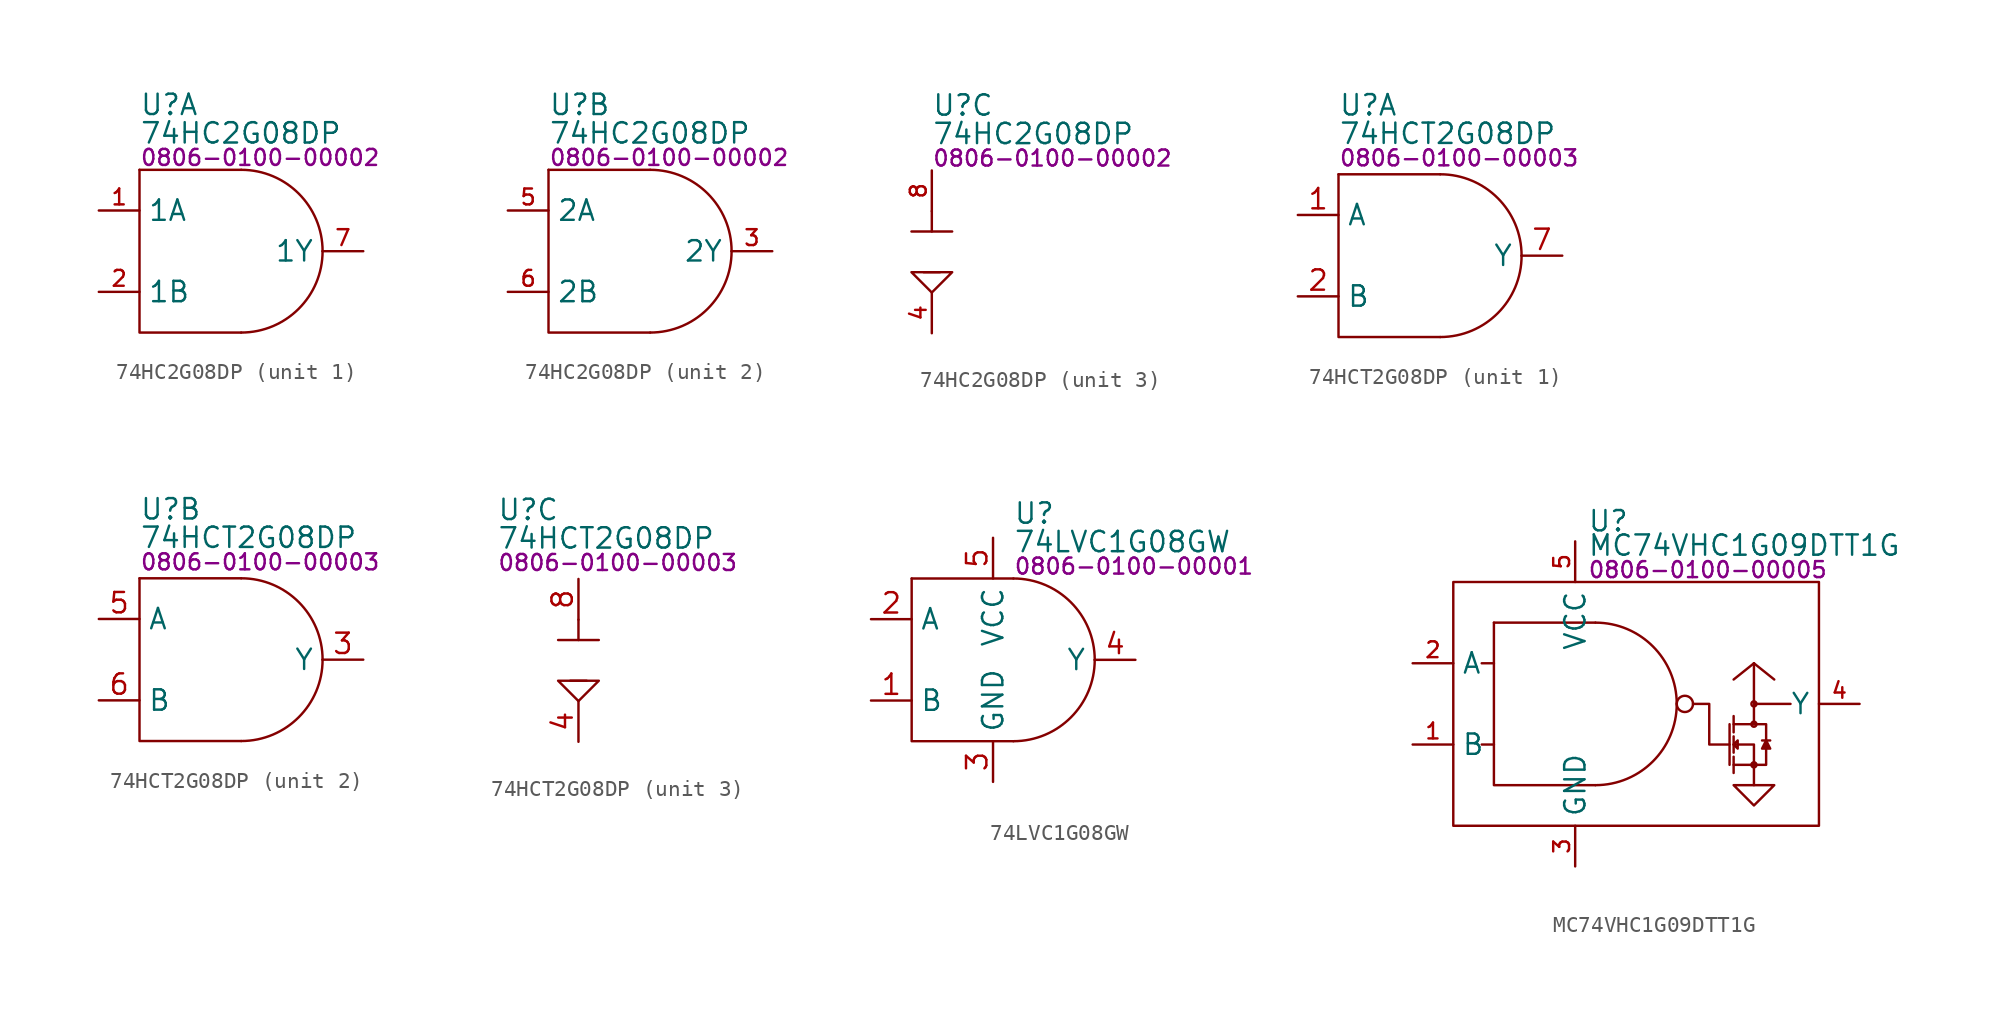
<source format=kicad_sym>
(kicad_symbol_lib
  (version 20231120)
  (generator "kicad_symbol_editor")
  (generator_version "8.0")
  (symbol "74HC2G08DP"
    (property "Reference" "U"
      (at 0 9.144 0)
      (effects (font (size 1.27 1.27)) (justify left)))
    (property "Value" "74HC2G08DP"
      (at 0 7.366 0)
      (effects (font (size 1.27 1.27)) (justify left)))
    (property "PartNumber" "0806-0100-00002"
      (at 0 5.842 0)
      (effects (font (size 1 1)) (justify left)))
    (property "ki_locked" ""
      (at 0 0 0)
      (effects (font (size 1.27 1.27))))
    (symbol "74HC2G08DP_1_0"
      (pin input line (at -2.54 2.54 0) (length 2.54) (name "1A" (effects (font (size 1.27 1.27)))) (number "1" (effects (font (size 0.991 0.991)))))
      (pin input line (at -2.54 -2.54 0) (length 2.54) (name "1B" (effects (font (size 1.27 1.27)))) (number "2" (effects (font (size 0.991 0.991)))))
      (pin output line (at 13.97 0 180) (length 2.54) (name "1Y" (effects (font (size 1.27 1.27)))) (number "7" (effects (font (size 0.991 0.991))))))
    (symbol "74HC2G08DP_1_1"
      (polyline (pts (xy 0 5.08) (xy 6.35 5.08)) (stroke (width 0) (type default)) (fill (type none)))
      (polyline (pts (xy 0 5.08) (xy 0 -5.08) (xy 6.35 -5.08)) (stroke (width 0) (type default)) (fill (type none)))
      (arc (start 6.35 -5.08) (mid 9.9421 -3.5921) (end 11.43 0) (stroke (width 0) (type default)) (fill (type none)))
      (arc (start 11.43 0) (mid 9.9421 3.5921) (end 6.35 5.08) (stroke (width 0) (type default)) (fill (type none))))
    (symbol "74HC2G08DP_2_0"
      (pin output line (at 13.97 0 180) (length 2.54) (name "2Y" (effects (font (size 1.27 1.27)))) (number "3" (effects (font (size 0.991 0.991)))))
      (pin input line (at -2.54 2.54 0) (length 2.54) (name "2A" (effects (font (size 1.27 1.27)))) (number "5" (effects (font (size 0.991 0.991)))))
      (pin input line (at -2.54 -2.54 0) (length 2.54) (name "2B" (effects (font (size 1.27 1.27)))) (number "6" (effects (font (size 0.991 0.991))))))
    (symbol "74HC2G08DP_2_1"
      (polyline (pts (xy 0 5.08) (xy 6.35 5.08)) (stroke (width 0) (type default)) (fill (type none)))
      (polyline (pts (xy 0 5.08) (xy 0 -5.08) (xy 6.35 -5.08)) (stroke (width 0) (type default)) (fill (type none)))
      (arc (start 6.35 -5.08) (mid 9.9421 -3.5921) (end 11.43 0) (stroke (width 0) (type default)) (fill (type none)))
      (arc (start 11.43 0) (mid 9.9421 3.5921) (end 6.35 5.08) (stroke (width 0) (type default)) (fill (type none))))
    (symbol "74HC2G08DP_3_0"
      (pin power_in line (at 0 -5.08 90) (length 2.54) (name "GND" (effects (font (size 0 0)))) (number "4" (effects (font (size 0.991 0.991)))))
      (pin power_in line (at 0 5.08 270) (length 2.54) (name "VCC" (effects (font (size 0 0)))) (number "8" (effects (font (size 0.991 0.991))))))
    (symbol "74HC2G08DP_3_1"
      (polyline (pts (xy -1.27 1.27) (xy 1.27 1.27)) (stroke (width 0) (type default)) (fill (type none)))
      (polyline (pts (xy -0.508 -1.27) (xy 0.508 -1.27)) (stroke (width 0) (type default)) (fill (type none)))
      (polyline (pts (xy 0 2.54) (xy 0 1.27)) (stroke (width 0) (type default)) (fill (type none)))
      (polyline (pts (xy 0 -2.54) (xy -1.27 -1.27) (xy 1.27 -1.27) (xy 0 -2.54)) (stroke (width 0) (type default)) (fill (type none)))))
  (symbol "74HCT2G08DP"
    (property "Reference" "U"
      (at -5.08 9.398 0)
      (effects (font (size 1.27 1.27)) (justify left)))
    (property "Value" "74HCT2G08DP"
      (at -5.08 7.62 0)
      (effects (font (size 1.27 1.27)) (justify left)))
    (property "PartNumber" "0806-0100-00003"
      (at -5.08 6.096 0)
      (effects (font (size 1 1)) (justify left)))
    (property "ki_locked" ""
      (at 0 0 0)
      (effects (font (size 1.27 1.27))))
    (symbol "74HCT2G08DP_1_0"
      (pin input line (at -7.62 2.54 0) (length 2.54) (name "A" (effects (font (size 1.27 1.27)))) (number "1" (effects (font (size 1.27 1.27)))))
      (pin input line (at -7.62 -2.54 0) (length 2.54) (name "B" (effects (font (size 1.27 1.27)))) (number "2" (effects (font (size 1.27 1.27)))))
      (pin output line (at 8.89 0 180) (length 2.54) (name "Y" (effects (font (size 1.27 1.27)))) (number "7" (effects (font (size 1.27 1.27))))))
    (symbol "74HCT2G08DP_1_1"
      (polyline (pts (xy -5.08 5.08) (xy 1.27 5.08)) (stroke (width 0) (type default)) (fill (type none)))
      (polyline (pts (xy -5.08 5.08) (xy -5.08 -5.08) (xy 1.27 -5.08)) (stroke (width 0) (type default)) (fill (type none)))
      (arc (start 1.27 -5.08) (mid 4.8621 -3.5921) (end 6.35 0) (stroke (width 0) (type default)) (fill (type none)))
      (arc (start 6.35 0) (mid 4.8621 3.5921) (end 1.27 5.08) (stroke (width 0) (type default)) (fill (type none))))
    (symbol "74HCT2G08DP_2_0"
      (pin output line (at 8.89 0 180) (length 2.54) (name "Y" (effects (font (size 1.27 1.27)))) (number "3" (effects (font (size 1.27 1.27)))))
      (pin input line (at -7.62 2.54 0) (length 2.54) (name "A" (effects (font (size 1.27 1.27)))) (number "5" (effects (font (size 1.27 1.27)))))
      (pin input line (at -7.62 -2.54 0) (length 2.54) (name "B" (effects (font (size 1.27 1.27)))) (number "6" (effects (font (size 1.27 1.27))))))
    (symbol "74HCT2G08DP_2_1"
      (polyline (pts (xy -5.08 5.08) (xy 1.27 5.08)) (stroke (width 0) (type default)) (fill (type none)))
      (polyline (pts (xy -5.08 5.08) (xy -5.08 -5.08) (xy 1.27 -5.08)) (stroke (width 0) (type default)) (fill (type none)))
      (arc (start 1.27 -5.08) (mid 4.8621 -3.5921) (end 6.35 0) (stroke (width 0) (type default)) (fill (type none)))
      (arc (start 6.35 0) (mid 4.8621 3.5921) (end 1.27 5.08) (stroke (width 0) (type default)) (fill (type none))))
    (symbol "74HCT2G08DP_3_0"
      (pin power_in line (at 0 -5.08 90) (length 2.54) (name "~" (effects (font (size 1.27 1.27)))) (number "4" (effects (font (size 1.27 1.27)))))
      (pin power_in line (at 0 5.08 270) (length 2.54) (name "~" (effects (font (size 1.27 1.27)))) (number "8" (effects (font (size 1.27 1.27))))))
    (symbol "74HCT2G08DP_3_1"
      (polyline (pts (xy -1.27 1.27) (xy 1.27 1.27)) (stroke (width 0) (type default)) (fill (type none)))
      (polyline (pts (xy -0.508 -1.27) (xy 0.508 -1.27)) (stroke (width 0) (type default)) (fill (type none)))
      (polyline (pts (xy 0 2.54) (xy 0 1.27)) (stroke (width 0) (type default)) (fill (type none)))
      (polyline (pts (xy 0 -2.54) (xy -1.27 -1.27) (xy 1.27 -1.27) (xy 0 -2.54)) (stroke (width 0) (type default)) (fill (type none)))))
  (symbol "74LVC1G08GW"
    (property "Reference" "U"
      (at 1.27 9.144 0)
      (effects (font (size 1.27 1.27)) (justify left)))
    (property "Value" "74LVC1G08GW"
      (at 1.27 7.366 0)
      (effects (font (size 1.27 1.27)) (justify left)))
    (property "PartNumber" "0806-0100-00001"
      (at 1.27 5.842 0)
      (effects (font (size 1 1)) (justify left)))
    (symbol "74LVC1G08GW_0_0"
      (pin input line (at -7.62 -2.54 0) (length 2.54) (name "B" (effects (font (size 1.27 1.27)))) (number "1" (effects (font (size 1.27 1.27)))))
      (pin input line (at -7.62 2.54 0) (length 2.54) (name "A" (effects (font (size 1.27 1.27)))) (number "2" (effects (font (size 1.27 1.27)))))
      (pin power_in line (at 0 -7.62 90) (length 2.54) (name "GND" (effects (font (size 1.27 1.27)))) (number "3" (effects (font (size 1.27 1.27)))))
      (pin output line (at 8.89 0 180) (length 2.54) (name "Y" (effects (font (size 1.27 1.27)))) (number "4" (effects (font (size 1.27 1.27)))))
      (pin power_in line (at 0 7.62 270) (length 2.54) (name "VCC" (effects (font (size 1.27 1.27)))) (number "5" (effects (font (size 1.27 1.27))))))
    (symbol "74LVC1G08GW_1_1"
      (polyline (pts (xy -5.08 5.08) (xy 1.27 5.08)) (stroke (width 0) (type default)) (fill (type none)))
      (polyline (pts (xy -5.08 5.08) (xy -5.08 -5.08) (xy 1.27 -5.08)) (stroke (width 0) (type default)) (fill (type none)))
      (arc (start 1.27 -5.08) (mid 4.8621 -3.5921) (end 6.35 0) (stroke (width 0) (type default)) (fill (type none)))
      (arc (start 6.35 0) (mid 4.8621 3.5921) (end 1.27 5.08) (stroke (width 0) (type default)) (fill (type none)))))
  (symbol "MC74VHC1G09DTT1G"
    (property "Reference" "U"
      (at 5.842 11.43 0)
      (effects (font (size 1.27 1.27)) (justify left)))
    (property "Value" "MC74VHC1G09DTT1G"
      (at 5.842 9.906 0)
      (effects (font (size 1.27 1.27)) (justify left)))
    (property "PartNumber" "0806-0100-00005"
      (at 5.842 8.382 0)
      (effects (font (size 1 1)) (justify left)))
    (symbol "MC74VHC1G09DTT1G_0_0"
      (pin input line (at -5.08 -2.54 0) (length 2.54) (name "B" (effects (font (size 1.27 1.27)))) (number "1" (effects (font (size 0.991 0.991)))))
      (pin input line (at -5.08 2.54 0) (length 2.54) (name "A" (effects (font (size 1.27 1.27)))) (number "2" (effects (font (size 0.991 0.991)))))
      (pin power_in line (at 5.08 -10.16 90) (length 2.54) (name "GND" (effects (font (size 1.27 1.27)))) (number "3" (effects (font (size 0.991 0.991)))))
      (pin output line (at 22.86 0 180) (length 2.54) (name "Y" (effects (font (size 1.27 1.27)))) (number "4" (effects (font (size 0.991 0.991)))))
      (pin power_in line (at 5.08 10.16 270) (length 2.54) (name "VCC" (effects (font (size 1.27 1.27)))) (number "5" (effects (font (size 0.991 0.991))))))
    (symbol "MC74VHC1G09DTT1G_0_1"
      (rectangle (start -2.54 7.62) (end 20.32 -7.62) (stroke (width 0) (type default)) (fill (type none)))
      (polyline (pts (xy 0 -2.54) (xy -0.762 -2.54)) (stroke (width 0) (type default)) (fill (type none)))
      (polyline (pts (xy 0 2.54) (xy -0.762 2.54)) (stroke (width 0) (type default)) (fill (type none)))
      (polyline (pts (xy 14.732 -3.81) (xy 14.732 -1.27)) (stroke (width 0) (type default)) (fill (type none)))
      (polyline (pts (xy 14.986 -4.318) (xy 14.986 -3.302)) (stroke (width 0) (type default)) (fill (type none)))
      (polyline (pts (xy 14.986 -3.048) (xy 14.986 -2.032)) (stroke (width 0) (type default)) (fill (type none)))
      (polyline (pts (xy 14.986 -0.762) (xy 14.986 -1.778)) (stroke (width 0) (type default)) (fill (type none)))
      (polyline (pts (xy 16.256 -3.81) (xy 16.256 -5.08)) (stroke (width 0) (type default)) (fill (type none)))
      (polyline (pts (xy 16.256 -1.27) (xy 16.256 2.54)) (stroke (width 0) (type default)) (fill (type none)))
      (polyline (pts (xy 16.256 0) (xy 18.542 0)) (stroke (width 0) (type default)) (fill (type none)))
      (polyline (pts (xy 16.256 2.54) (xy 14.986 1.524)) (stroke (width 0) (type default)) (fill (type none)))
      (polyline (pts (xy 16.256 2.54) (xy 17.526 1.524)) (stroke (width 0) (type default)) (fill (type none)))
      (polyline (pts (xy 16.764 -2.286) (xy 17.272 -2.286)) (stroke (width 0) (type default)) (fill (type none)))
      (polyline (pts (xy 14.986 -3.81) (xy 16.256 -3.81) (xy 16.256 -3.81)) (stroke (width 0) (type default)) (fill (type none)))
      (polyline (pts (xy 14.986 -1.27) (xy 16.256 -1.27) (xy 16.256 -1.27)) (stroke (width 0) (type default)) (fill (type none)))
      (polyline (pts (xy 16.256 -3.81) (xy 16.256 -2.54) (xy 14.986 -2.54)) (stroke (width 0) (type default)) (fill (type none)))
      (polyline (pts (xy 12.446 0) (xy 13.462 0) (xy 13.462 -2.54) (xy 14.732 -2.54)) (stroke (width 0) (type default)) (fill (type none)))
      (polyline (pts (xy 14.986 -2.54) (xy 15.24 -2.286) (xy 15.24 -2.794) (xy 14.986 -2.54)) (stroke (width 0) (type default)) (fill (type none)))
      (polyline (pts (xy 16.256 -3.81) (xy 17.018 -3.81) (xy 17.018 -1.27) (xy 16.256 -1.27)) (stroke (width 0) (type default)) (fill (type none)))
      (polyline (pts (xy 17.018 -2.286) (xy 16.764 -2.794) (xy 17.272 -2.794) (xy 17.018 -2.286)) (stroke (width 0) (type default)) (fill (type outline)))
      (circle (center 11.938 0) (radius 0.508) (stroke (width 0) (type default)) (fill (type none)))
      (circle (center 16.256 -3.81) (radius 0.16) (stroke (width 0) (type default)) (fill (type none)))
      (circle (center 16.256 -1.27) (radius 0.16) (stroke (width 0) (type default)) (fill (type none)))
      (circle (center 16.256 0) (radius 0.16) (stroke (width 0) (type default)) (fill (type none))))
    (symbol "MC74VHC1G09DTT1G_1_1"
      (polyline (pts (xy 0 5.08) (xy 6.35 5.08)) (stroke (width 0) (type default)) (fill (type none)))
      (polyline (pts (xy 0 5.08) (xy 0 -5.08) (xy 6.35 -5.08)) (stroke (width 0) (type default)) (fill (type none)))
      (polyline (pts (xy 16.256 -6.35) (xy 14.986 -5.08) (xy 17.526 -5.08) (xy 16.256 -6.35)) (stroke (width 0) (type default)) (fill (type none)))
      (arc (start 6.35 -5.08) (mid 9.9421 -3.5921) (end 11.43 0) (stroke (width 0) (type default)) (fill (type none)))
      (arc (start 11.43 0) (mid 9.9421 3.5921) (end 6.35 5.08) (stroke (width 0) (type default)) (fill (type none))))))
</source>
